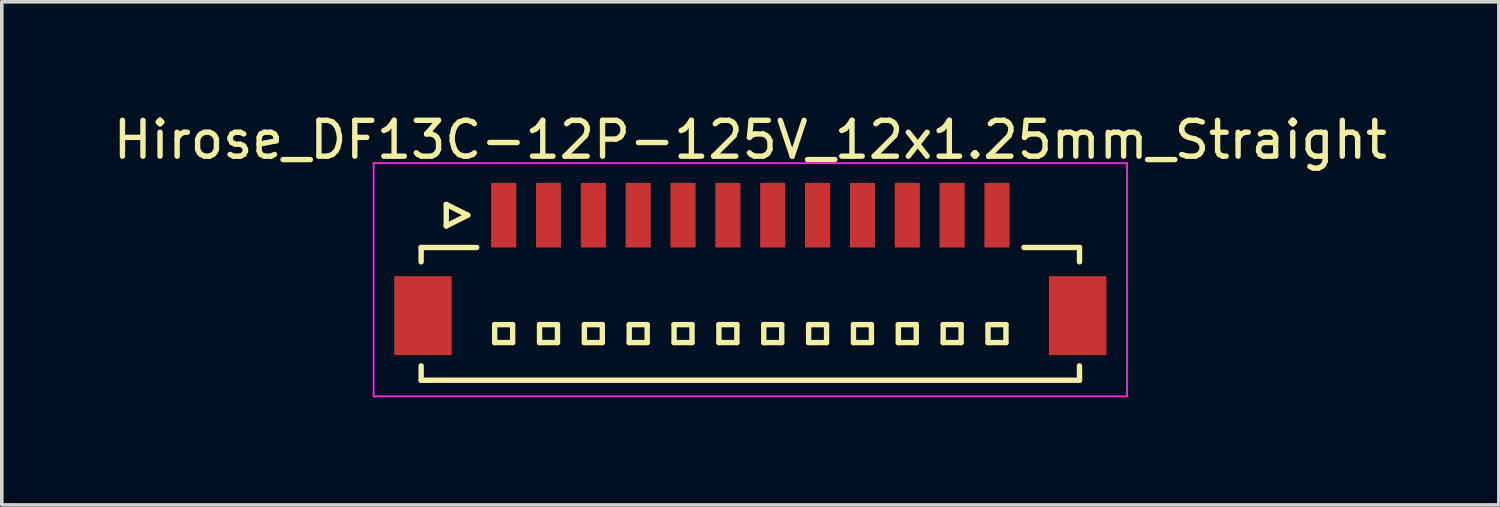
<source format=kicad_pcb>
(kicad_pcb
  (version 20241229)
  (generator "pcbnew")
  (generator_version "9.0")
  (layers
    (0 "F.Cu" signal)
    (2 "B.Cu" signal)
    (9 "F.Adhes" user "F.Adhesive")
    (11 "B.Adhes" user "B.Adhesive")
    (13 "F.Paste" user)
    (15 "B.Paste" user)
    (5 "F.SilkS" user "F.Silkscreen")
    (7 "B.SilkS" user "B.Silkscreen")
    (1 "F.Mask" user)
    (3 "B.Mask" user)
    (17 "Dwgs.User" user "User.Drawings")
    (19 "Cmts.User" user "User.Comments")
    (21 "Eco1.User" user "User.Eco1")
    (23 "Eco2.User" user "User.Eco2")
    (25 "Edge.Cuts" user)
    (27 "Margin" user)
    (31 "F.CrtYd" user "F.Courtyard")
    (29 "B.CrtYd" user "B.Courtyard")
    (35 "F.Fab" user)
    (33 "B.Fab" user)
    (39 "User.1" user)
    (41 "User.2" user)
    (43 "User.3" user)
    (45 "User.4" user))
  (footprint "Hirose_DF13C-12P-125V_12x1.25mm_Straight"
    (layer "F.Cu")
    (at 17.863 4.348)
    (property "Reference" "Hirose_DF13C-12P-125V_12x1.25mm_Straight" (at 0 -3.5 0) (layer "F.SilkS") (effects (font (size 1 1) (thickness 0.15))))
    (attr smd)
    (fp_line (start -9.175 -0.5) (end -9.175 -0.1) (stroke (width 0.15) (type solid)) (layer "F.SilkS"))
    (fp_line (start -9.175 -0.5) (end -7.625 -0.5) (stroke (width 0.15) (type solid)) (layer "F.SilkS"))
    (fp_line (start -9.175 3.2) (end -9.175 2.8) (stroke (width 0.15) (type solid)) (layer "F.SilkS"))
    (fp_line (start -9.175 3.2) (end 9.175 3.2) (stroke (width 0.15) (type solid)) (layer "F.SilkS"))
    (fp_line (start -8.475 -1.7) (end -8.475 -1.1) (stroke (width 0.15) (type solid)) (layer "F.SilkS"))
    (fp_line (start -8.475 -1.1) (end -7.875 -1.4) (stroke (width 0.15) (type solid)) (layer "F.SilkS"))
    (fp_line (start -7.875 -1.4) (end -8.475 -1.7) (stroke (width 0.15) (type solid)) (layer "F.SilkS"))
    (fp_line (start -7.125 1.65) (end -7.125 2.15) (stroke (width 0.15) (type solid)) (layer "F.SilkS"))
    (fp_line (start -7.125 2.15) (end -6.625 2.15) (stroke (width 0.15) (type solid)) (layer "F.SilkS"))
    (fp_line (start -6.625 1.65) (end -7.125 1.65) (stroke (width 0.15) (type solid)) (layer "F.SilkS"))
    (fp_line (start -6.625 2.15) (end -6.625 1.65) (stroke (width 0.15) (type solid)) (layer "F.SilkS"))
    (fp_line (start -5.875 1.65) (end -5.875 2.15) (stroke (width 0.15) (type solid)) (layer "F.SilkS"))
    (fp_line (start -5.875 2.15) (end -5.375 2.15) (stroke (width 0.15) (type solid)) (layer "F.SilkS"))
    (fp_line (start -5.375 1.65) (end -5.875 1.65) (stroke (width 0.15) (type solid)) (layer "F.SilkS"))
    (fp_line (start -5.375 2.15) (end -5.375 1.65) (stroke (width 0.15) (type solid)) (layer "F.SilkS"))
    (fp_line (start -4.625 1.65) (end -4.625 2.15) (stroke (width 0.15) (type solid)) (layer "F.SilkS"))
    (fp_line (start -4.625 2.15) (end -4.125 2.15) (stroke (width 0.15) (type solid)) (layer "F.SilkS"))
    (fp_line (start -4.125 1.65) (end -4.625 1.65) (stroke (width 0.15) (type solid)) (layer "F.SilkS"))
    (fp_line (start -4.125 2.15) (end -4.125 1.65) (stroke (width 0.15) (type solid)) (layer "F.SilkS"))
    (fp_line (start -3.375 1.65) (end -3.375 2.15) (stroke (width 0.15) (type solid)) (layer "F.SilkS"))
    (fp_line (start -3.375 2.15) (end -2.875 2.15) (stroke (width 0.15) (type solid)) (layer "F.SilkS"))
    (fp_line (start -2.875 1.65) (end -3.375 1.65) (stroke (width 0.15) (type solid)) (layer "F.SilkS"))
    (fp_line (start -2.875 2.15) (end -2.875 1.65) (stroke (width 0.15) (type solid)) (layer "F.SilkS"))
    (fp_line (start -2.125 1.65) (end -2.125 2.15) (stroke (width 0.15) (type solid)) (layer "F.SilkS"))
    (fp_line (start -2.125 2.15) (end -1.625 2.15) (stroke (width 0.15) (type solid)) (layer "F.SilkS"))
    (fp_line (start -1.625 1.65) (end -2.125 1.65) (stroke (width 0.15) (type solid)) (layer "F.SilkS"))
    (fp_line (start -1.625 2.15) (end -1.625 1.65) (stroke (width 0.15) (type solid)) (layer "F.SilkS"))
    (fp_line (start -0.875 1.65) (end -0.875 2.15) (stroke (width 0.15) (type solid)) (layer "F.SilkS"))
    (fp_line (start -0.875 2.15) (end -0.375 2.15) (stroke (width 0.15) (type solid)) (layer "F.SilkS"))
    (fp_line (start -0.375 1.65) (end -0.875 1.65) (stroke (width 0.15) (type solid)) (layer "F.SilkS"))
    (fp_line (start -0.375 2.15) (end -0.375 1.65) (stroke (width 0.15) (type solid)) (layer "F.SilkS"))
    (fp_line (start 0.375 1.65) (end 0.375 2.15) (stroke (width 0.15) (type solid)) (layer "F.SilkS"))
    (fp_line (start 0.375 2.15) (end 0.875 2.15) (stroke (width 0.15) (type solid)) (layer "F.SilkS"))
    (fp_line (start 0.875 1.65) (end 0.375 1.65) (stroke (width 0.15) (type solid)) (layer "F.SilkS"))
    (fp_line (start 0.875 2.15) (end 0.875 1.65) (stroke (width 0.15) (type solid)) (layer "F.SilkS"))
    (fp_line (start 1.625 1.65) (end 1.625 2.15) (stroke (width 0.15) (type solid)) (layer "F.SilkS"))
    (fp_line (start 1.625 2.15) (end 2.125 2.15) (stroke (width 0.15) (type solid)) (layer "F.SilkS"))
    (fp_line (start 2.125 1.65) (end 1.625 1.65) (stroke (width 0.15) (type solid)) (layer "F.SilkS"))
    (fp_line (start 2.125 2.15) (end 2.125 1.65) (stroke (width 0.15) (type solid)) (layer "F.SilkS"))
    (fp_line (start 2.875 1.65) (end 2.875 2.15) (stroke (width 0.15) (type solid)) (layer "F.SilkS"))
    (fp_line (start 2.875 2.15) (end 3.375 2.15) (stroke (width 0.15) (type solid)) (layer "F.SilkS"))
    (fp_line (start 3.375 1.65) (end 2.875 1.65) (stroke (width 0.15) (type solid)) (layer "F.SilkS"))
    (fp_line (start 3.375 2.15) (end 3.375 1.65) (stroke (width 0.15) (type solid)) (layer "F.SilkS"))
    (fp_line (start 4.125 1.65) (end 4.125 2.15) (stroke (width 0.15) (type solid)) (layer "F.SilkS"))
    (fp_line (start 4.125 2.15) (end 4.625 2.15) (stroke (width 0.15) (type solid)) (layer "F.SilkS"))
    (fp_line (start 4.625 1.65) (end 4.125 1.65) (stroke (width 0.15) (type solid)) (layer "F.SilkS"))
    (fp_line (start 4.625 2.15) (end 4.625 1.65) (stroke (width 0.15) (type solid)) (layer "F.SilkS"))
    (fp_line (start 5.375 1.65) (end 5.375 2.15) (stroke (width 0.15) (type solid)) (layer "F.SilkS"))
    (fp_line (start 5.375 2.15) (end 5.875 2.15) (stroke (width 0.15) (type solid)) (layer "F.SilkS"))
    (fp_line (start 5.875 1.65) (end 5.375 1.65) (stroke (width 0.15) (type solid)) (layer "F.SilkS"))
    (fp_line (start 5.875 2.15) (end 5.875 1.65) (stroke (width 0.15) (type solid)) (layer "F.SilkS"))
    (fp_line (start 6.625 1.65) (end 6.625 2.15) (stroke (width 0.15) (type solid)) (layer "F.SilkS"))
    (fp_line (start 6.625 2.15) (end 7.125 2.15) (stroke (width 0.15) (type solid)) (layer "F.SilkS"))
    (fp_line (start 7.125 1.65) (end 6.625 1.65) (stroke (width 0.15) (type solid)) (layer "F.SilkS"))
    (fp_line (start 7.125 2.15) (end 7.125 1.65) (stroke (width 0.15) (type solid)) (layer "F.SilkS"))
    (fp_line (start 9.175 -0.5) (end 7.625 -0.5) (stroke (width 0.15) (type solid)) (layer "F.SilkS"))
    (fp_line (start 9.175 -0.5) (end 9.175 -0.1) (stroke (width 0.15) (type solid)) (layer "F.SilkS"))
    (fp_line (start 9.175 3.2) (end 9.175 2.8) (stroke (width 0.15) (type solid)) (layer "F.SilkS"))
    (fp_line (start -10.5 -2.85) (end -10.5 3.65) (stroke (width 0.05) (type solid)) (layer "F.CrtYd"))
    (fp_line (start -10.5 3.65) (end 10.5 3.65) (stroke (width 0.05) (type solid)) (layer "F.CrtYd"))
    (fp_line (start 10.5 -2.85) (end -10.5 -2.85) (stroke (width 0.05) (type solid)) (layer "F.CrtYd"))
    (fp_line (start 10.5 3.65) (end 10.5 -2.85) (stroke (width 0.05) (type solid)) (layer "F.CrtYd"))
    (pad "" smd rect (at -9.125 1.4) (size 1.6 2.2) (layers "F.Cu" "F.Mask" "F.Paste"))
    (pad "" smd rect (at 9.125 1.4) (size 1.6 2.2) (layers "F.Cu" "F.Mask" "F.Paste"))
    (pad "1" smd rect (at -6.875 -1.4) (size 0.7 1.8) (layers "F.Cu" "F.Mask" "F.Paste"))
    (pad "2" smd rect (at -5.625 -1.4) (size 0.7 1.8) (layers "F.Cu" "F.Mask" "F.Paste"))
    (pad "3" smd rect (at -4.375 -1.4) (size 0.7 1.8) (layers "F.Cu" "F.Mask" "F.Paste"))
    (pad "4" smd rect (at -3.125 -1.4) (size 0.7 1.8) (layers "F.Cu" "F.Mask" "F.Paste"))
    (pad "5" smd rect (at -1.875 -1.4) (size 0.7 1.8) (layers "F.Cu" "F.Mask" "F.Paste"))
    (pad "6" smd rect (at -0.625 -1.4) (size 0.7 1.8) (layers "F.Cu" "F.Mask" "F.Paste"))
    (pad "7" smd rect (at 0.625 -1.4) (size 0.7 1.8) (layers "F.Cu" "F.Mask" "F.Paste"))
    (pad "8" smd rect (at 1.875 -1.4) (size 0.7 1.8) (layers "F.Cu" "F.Mask" "F.Paste"))
    (pad "9" smd rect (at 3.125 -1.4) (size 0.7 1.8) (layers "F.Cu" "F.Mask" "F.Paste"))
    (pad "10" smd rect (at 4.375 -1.4) (size 0.7 1.8) (layers "F.Cu" "F.Mask" "F.Paste"))
    (pad "11" smd rect (at 5.625 -1.4) (size 0.7 1.8) (layers "F.Cu" "F.Mask" "F.Paste"))
    (pad "12" smd rect (at 6.875 -1.4) (size 0.7 1.8) (layers "F.Cu" "F.Mask" "F.Paste")))
  (gr_rect
    (start -3 -3)
    (end 38.726 11.023)
    (stroke (width 0.1) (type default))
    (fill no)
    (layer "Edge.Cuts")))
</source>
